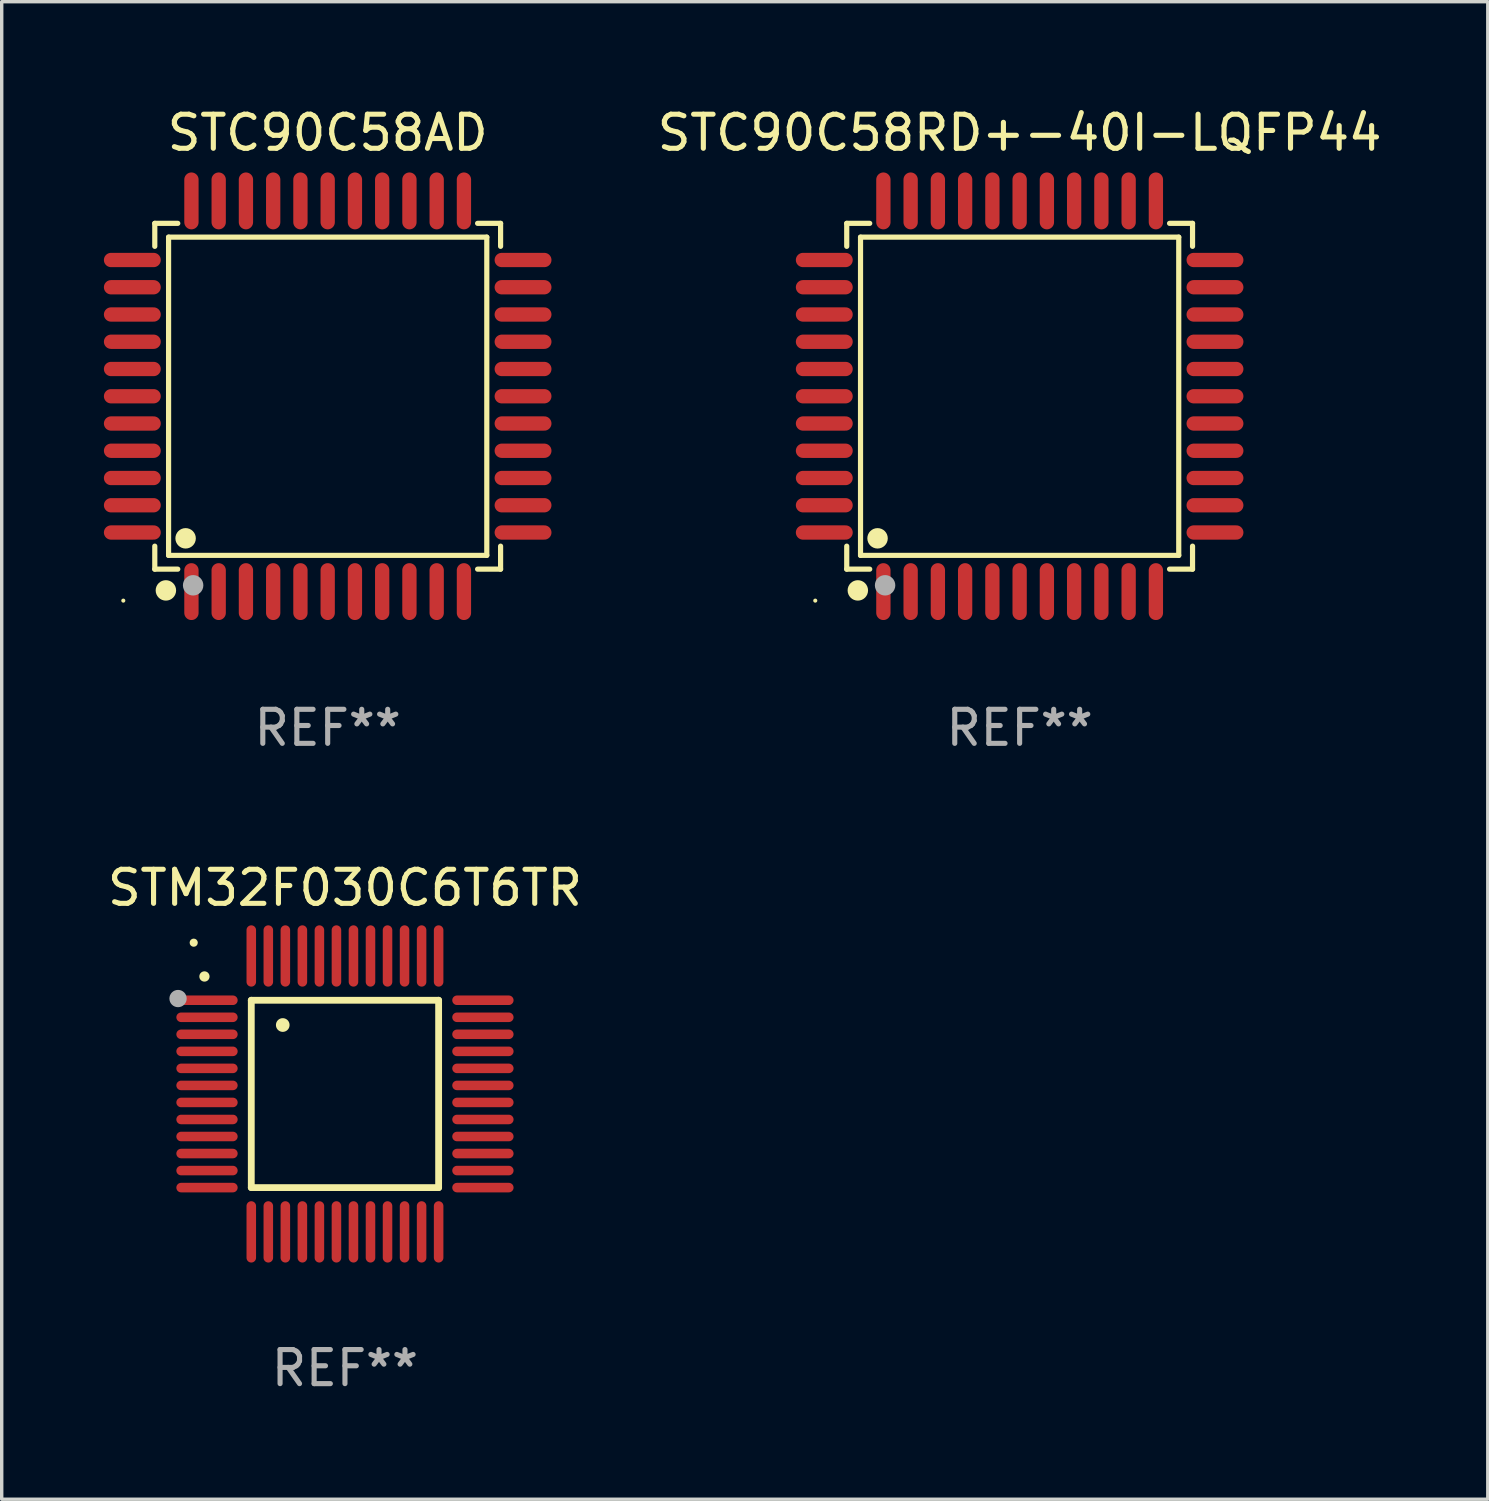
<source format=kicad_pcb>
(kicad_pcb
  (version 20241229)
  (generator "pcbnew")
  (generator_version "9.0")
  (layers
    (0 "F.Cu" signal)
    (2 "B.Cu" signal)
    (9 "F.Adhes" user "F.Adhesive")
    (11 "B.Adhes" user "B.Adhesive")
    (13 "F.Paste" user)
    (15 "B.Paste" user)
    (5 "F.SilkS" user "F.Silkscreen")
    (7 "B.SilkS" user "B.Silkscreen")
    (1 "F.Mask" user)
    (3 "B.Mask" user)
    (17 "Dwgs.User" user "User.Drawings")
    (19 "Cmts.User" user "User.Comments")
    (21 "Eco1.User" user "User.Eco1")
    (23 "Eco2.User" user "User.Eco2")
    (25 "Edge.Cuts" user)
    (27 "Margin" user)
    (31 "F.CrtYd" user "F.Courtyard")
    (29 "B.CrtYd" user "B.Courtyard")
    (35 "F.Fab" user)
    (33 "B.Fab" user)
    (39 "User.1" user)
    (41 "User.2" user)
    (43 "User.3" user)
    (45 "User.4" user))
  (footprint "STC90C58RD+-40I-LQFP44"
    (layer "F.Cu")
    (at 26.884 8.583)
    (property "Reference" "STC90C58RD+-40I-LQFP44" (at 0 -7.735 0) (layer "F.SilkS") (effects (font (size 1 1) (thickness 0.15))))
    (attr through_hole)
    (fp_line (start -5.076 -5.076) (end -4.401 -5.076) (stroke (width 0.152) (type solid)) (layer "F.SilkS"))
    (fp_line (start -5.076 -4.401) (end -5.076 -5.076) (stroke (width 0.152) (type solid)) (layer "F.SilkS"))
    (fp_line (start -5.076 4.401) (end -5.076 5.076) (stroke (width 0.152) (type solid)) (layer "F.SilkS"))
    (fp_line (start -5.076 5.076) (end -4.401 5.076) (stroke (width 0.152) (type solid)) (layer "F.SilkS"))
    (fp_line (start -4.671 -4.671) (end 4.671 -4.671) (stroke (width 0.152) (type solid)) (layer "F.SilkS"))
    (fp_line (start -4.671 4.671) (end -4.671 -4.671) (stroke (width 0.152) (type solid)) (layer "F.SilkS"))
    (fp_line (start 4.671 -4.671) (end 4.671 4.671) (stroke (width 0.152) (type solid)) (layer "F.SilkS"))
    (fp_line (start 4.671 4.671) (end -4.671 4.671) (stroke (width 0.152) (type solid)) (layer "F.SilkS"))
    (fp_line (start 5.076 -5.076) (end 4.401 -5.076) (stroke (width 0.152) (type solid)) (layer "F.SilkS"))
    (fp_line (start 5.076 -4.401) (end 5.076 -5.076) (stroke (width 0.152) (type solid)) (layer "F.SilkS"))
    (fp_line (start 5.076 4.401) (end 5.076 5.076) (stroke (width 0.152) (type solid)) (layer "F.SilkS"))
    (fp_line (start 5.076 5.076) (end 4.401 5.076) (stroke (width 0.152) (type solid)) (layer "F.SilkS"))
    (fp_circle (center -6 6) (end -5.97 6) (stroke (width 0.06) (type solid)) (fill no) (layer "F.SilkS"))
    (fp_circle (center -4.75 5.7) (end -4.6 5.7) (stroke (width 0.3) (type solid)) (fill no) (layer "F.SilkS"))
    (fp_circle (center -4.171 4.171) (end -4.021 4.171) (stroke (width 0.3) (type solid)) (fill no) (layer "F.SilkS"))
    (fp_circle (center -3.95 5.55) (end -3.8 5.55) (stroke (width 0.3) (type solid)) (fill no) (layer "F.Fab"))
    (fp_text user "REF**" (at 0 9.735 0) (layer "F.Fab") (effects (font (size 1 1) (thickness 0.15))))
    (pad "1" smd oval (at -4 5.735) (size 0.42 1.67) (layers "F.Cu" "F.Mask" "F.Paste"))
    (pad "2" smd oval (at -3.2 5.735) (size 0.42 1.67) (layers "F.Cu" "F.Mask" "F.Paste"))
    (pad "3" smd oval (at -2.4 5.735) (size 0.42 1.67) (layers "F.Cu" "F.Mask" "F.Paste"))
    (pad "4" smd oval (at -1.6 5.735) (size 0.42 1.67) (layers "F.Cu" "F.Mask" "F.Paste"))
    (pad "5" smd oval (at -0.8 5.735) (size 0.42 1.67) (layers "F.Cu" "F.Mask" "F.Paste"))
    (pad "6" smd oval (at 0 5.735) (size 0.42 1.67) (layers "F.Cu" "F.Mask" "F.Paste"))
    (pad "7" smd oval (at 0.8 5.735) (size 0.42 1.67) (layers "F.Cu" "F.Mask" "F.Paste"))
    (pad "8" smd oval (at 1.6 5.735) (size 0.42 1.67) (layers "F.Cu" "F.Mask" "F.Paste"))
    (pad "9" smd oval (at 2.4 5.735) (size 0.42 1.67) (layers "F.Cu" "F.Mask" "F.Paste"))
    (pad "10" smd oval (at 3.2 5.735) (size 0.42 1.67) (layers "F.Cu" "F.Mask" "F.Paste"))
    (pad "11" smd oval (at 4 5.735) (size 0.42 1.67) (layers "F.Cu" "F.Mask" "F.Paste"))
    (pad "12" smd oval (at 5.735 4) (size 1.67 0.42) (layers "F.Cu" "F.Mask" "F.Paste"))
    (pad "13" smd oval (at 5.735 3.2) (size 1.67 0.42) (layers "F.Cu" "F.Mask" "F.Paste"))
    (pad "14" smd oval (at 5.735 2.4) (size 1.67 0.42) (layers "F.Cu" "F.Mask" "F.Paste"))
    (pad "15" smd oval (at 5.735 1.6) (size 1.67 0.42) (layers "F.Cu" "F.Mask" "F.Paste"))
    (pad "16" smd oval (at 5.735 0.8) (size 1.67 0.42) (layers "F.Cu" "F.Mask" "F.Paste"))
    (pad "17" smd oval (at 5.735 0) (size 1.67 0.42) (layers "F.Cu" "F.Mask" "F.Paste"))
    (pad "18" smd oval (at 5.735 -0.8) (size 1.67 0.42) (layers "F.Cu" "F.Mask" "F.Paste"))
    (pad "19" smd oval (at 5.735 -1.6) (size 1.67 0.42) (layers "F.Cu" "F.Mask" "F.Paste"))
    (pad "20" smd oval (at 5.735 -2.4) (size 1.67 0.42) (layers "F.Cu" "F.Mask" "F.Paste"))
    (pad "21" smd oval (at 5.735 -3.2) (size 1.67 0.42) (layers "F.Cu" "F.Mask" "F.Paste"))
    (pad "22" smd oval (at 5.735 -4) (size 1.67 0.42) (layers "F.Cu" "F.Mask" "F.Paste"))
    (pad "23" smd oval (at 4 -5.735) (size 0.42 1.67) (layers "F.Cu" "F.Mask" "F.Paste"))
    (pad "24" smd oval (at 3.2 -5.735) (size 0.42 1.67) (layers "F.Cu" "F.Mask" "F.Paste"))
    (pad "25" smd oval (at 2.4 -5.735) (size 0.42 1.67) (layers "F.Cu" "F.Mask" "F.Paste"))
    (pad "26" smd oval (at 1.6 -5.735) (size 0.42 1.67) (layers "F.Cu" "F.Mask" "F.Paste"))
    (pad "27" smd oval (at 0.8 -5.735) (size 0.42 1.67) (layers "F.Cu" "F.Mask" "F.Paste"))
    (pad "28" smd oval (at 0 -5.735) (size 0.42 1.67) (layers "F.Cu" "F.Mask" "F.Paste"))
    (pad "29" smd oval (at -0.8 -5.735) (size 0.42 1.67) (layers "F.Cu" "F.Mask" "F.Paste"))
    (pad "30" smd oval (at -1.6 -5.735) (size 0.42 1.67) (layers "F.Cu" "F.Mask" "F.Paste"))
    (pad "31" smd oval (at -2.4 -5.735) (size 0.42 1.67) (layers "F.Cu" "F.Mask" "F.Paste"))
    (pad "32" smd oval (at -3.2 -5.735) (size 0.42 1.67) (layers "F.Cu" "F.Mask" "F.Paste"))
    (pad "33" smd oval (at -4 -5.735) (size 0.42 1.67) (layers "F.Cu" "F.Mask" "F.Paste"))
    (pad "34" smd oval (at -5.735 -4) (size 1.67 0.42) (layers "F.Cu" "F.Mask" "F.Paste"))
    (pad "35" smd oval (at -5.735 -3.2) (size 1.67 0.42) (layers "F.Cu" "F.Mask" "F.Paste"))
    (pad "36" smd oval (at -5.735 -2.4) (size 1.67 0.42) (layers "F.Cu" "F.Mask" "F.Paste"))
    (pad "37" smd oval (at -5.735 -1.6) (size 1.67 0.42) (layers "F.Cu" "F.Mask" "F.Paste"))
    (pad "38" smd oval (at -5.735 -0.8) (size 1.67 0.42) (layers "F.Cu" "F.Mask" "F.Paste"))
    (pad "39" smd oval (at -5.735 0) (size 1.67 0.42) (layers "F.Cu" "F.Mask" "F.Paste"))
    (pad "40" smd oval (at -5.735 0.8) (size 1.67 0.42) (layers "F.Cu" "F.Mask" "F.Paste"))
    (pad "41" smd oval (at -5.735 1.6) (size 1.67 0.42) (layers "F.Cu" "F.Mask" "F.Paste"))
    (pad "42" smd oval (at -5.735 2.4) (size 1.67 0.42) (layers "F.Cu" "F.Mask" "F.Paste"))
    (pad "43" smd oval (at -5.735 3.2) (size 1.67 0.42) (layers "F.Cu" "F.Mask" "F.Paste"))
    (pad "44" smd oval (at -5.735 4) (size 1.67 0.42) (layers "F.Cu" "F.Mask" "F.Paste")))
  (footprint "STC90C58AD"
    (layer "F.Cu")
    (at 6.57 8.583)
    (property "Reference" "STC90C58AD" (at 0 -7.735 0) (layer "F.SilkS") (effects (font (size 1 1) (thickness 0.15))))
    (attr through_hole)
    (fp_line (start -5.076 -5.076) (end -4.401 -5.076) (stroke (width 0.152) (type solid)) (layer "F.SilkS"))
    (fp_line (start -5.076 -4.401) (end -5.076 -5.076) (stroke (width 0.152) (type solid)) (layer "F.SilkS"))
    (fp_line (start -5.076 4.401) (end -5.076 5.076) (stroke (width 0.152) (type solid)) (layer "F.SilkS"))
    (fp_line (start -5.076 5.076) (end -4.401 5.076) (stroke (width 0.152) (type solid)) (layer "F.SilkS"))
    (fp_line (start -4.671 -4.671) (end 4.671 -4.671) (stroke (width 0.152) (type solid)) (layer "F.SilkS"))
    (fp_line (start -4.671 4.671) (end -4.671 -4.671) (stroke (width 0.152) (type solid)) (layer "F.SilkS"))
    (fp_line (start 4.671 -4.671) (end 4.671 4.671) (stroke (width 0.152) (type solid)) (layer "F.SilkS"))
    (fp_line (start 4.671 4.671) (end -4.671 4.671) (stroke (width 0.152) (type solid)) (layer "F.SilkS"))
    (fp_line (start 5.076 -5.076) (end 4.401 -5.076) (stroke (width 0.152) (type solid)) (layer "F.SilkS"))
    (fp_line (start 5.076 -4.401) (end 5.076 -5.076) (stroke (width 0.152) (type solid)) (layer "F.SilkS"))
    (fp_line (start 5.076 4.401) (end 5.076 5.076) (stroke (width 0.152) (type solid)) (layer "F.SilkS"))
    (fp_line (start 5.076 5.076) (end 4.401 5.076) (stroke (width 0.152) (type solid)) (layer "F.SilkS"))
    (fp_circle (center -6 6) (end -5.97 6) (stroke (width 0.06) (type solid)) (fill no) (layer "F.SilkS"))
    (fp_circle (center -4.75 5.7) (end -4.6 5.7) (stroke (width 0.3) (type solid)) (fill no) (layer "F.SilkS"))
    (fp_circle (center -4.171 4.171) (end -4.021 4.171) (stroke (width 0.3) (type solid)) (fill no) (layer "F.SilkS"))
    (fp_circle (center -3.95 5.55) (end -3.8 5.55) (stroke (width 0.3) (type solid)) (fill no) (layer "F.Fab"))
    (fp_text user "REF**" (at 0 9.735 0) (layer "F.Fab") (effects (font (size 1 1) (thickness 0.15))))
    (pad "1" smd oval (at -4 5.735) (size 0.42 1.67) (layers "F.Cu" "F.Mask" "F.Paste"))
    (pad "2" smd oval (at -3.2 5.735) (size 0.42 1.67) (layers "F.Cu" "F.Mask" "F.Paste"))
    (pad "3" smd oval (at -2.4 5.735) (size 0.42 1.67) (layers "F.Cu" "F.Mask" "F.Paste"))
    (pad "4" smd oval (at -1.6 5.735) (size 0.42 1.67) (layers "F.Cu" "F.Mask" "F.Paste"))
    (pad "5" smd oval (at -0.8 5.735) (size 0.42 1.67) (layers "F.Cu" "F.Mask" "F.Paste"))
    (pad "6" smd oval (at 0 5.735) (size 0.42 1.67) (layers "F.Cu" "F.Mask" "F.Paste"))
    (pad "7" smd oval (at 0.8 5.735) (size 0.42 1.67) (layers "F.Cu" "F.Mask" "F.Paste"))
    (pad "8" smd oval (at 1.6 5.735) (size 0.42 1.67) (layers "F.Cu" "F.Mask" "F.Paste"))
    (pad "9" smd oval (at 2.4 5.735) (size 0.42 1.67) (layers "F.Cu" "F.Mask" "F.Paste"))
    (pad "10" smd oval (at 3.2 5.735) (size 0.42 1.67) (layers "F.Cu" "F.Mask" "F.Paste"))
    (pad "11" smd oval (at 4 5.735) (size 0.42 1.67) (layers "F.Cu" "F.Mask" "F.Paste"))
    (pad "12" smd oval (at 5.735 4) (size 1.67 0.42) (layers "F.Cu" "F.Mask" "F.Paste"))
    (pad "13" smd oval (at 5.735 3.2) (size 1.67 0.42) (layers "F.Cu" "F.Mask" "F.Paste"))
    (pad "14" smd oval (at 5.735 2.4) (size 1.67 0.42) (layers "F.Cu" "F.Mask" "F.Paste"))
    (pad "15" smd oval (at 5.735 1.6) (size 1.67 0.42) (layers "F.Cu" "F.Mask" "F.Paste"))
    (pad "16" smd oval (at 5.735 0.8) (size 1.67 0.42) (layers "F.Cu" "F.Mask" "F.Paste"))
    (pad "17" smd oval (at 5.735 0) (size 1.67 0.42) (layers "F.Cu" "F.Mask" "F.Paste"))
    (pad "18" smd oval (at 5.735 -0.8) (size 1.67 0.42) (layers "F.Cu" "F.Mask" "F.Paste"))
    (pad "19" smd oval (at 5.735 -1.6) (size 1.67 0.42) (layers "F.Cu" "F.Mask" "F.Paste"))
    (pad "20" smd oval (at 5.735 -2.4) (size 1.67 0.42) (layers "F.Cu" "F.Mask" "F.Paste"))
    (pad "21" smd oval (at 5.735 -3.2) (size 1.67 0.42) (layers "F.Cu" "F.Mask" "F.Paste"))
    (pad "22" smd oval (at 5.735 -4) (size 1.67 0.42) (layers "F.Cu" "F.Mask" "F.Paste"))
    (pad "23" smd oval (at 4 -5.735) (size 0.42 1.67) (layers "F.Cu" "F.Mask" "F.Paste"))
    (pad "24" smd oval (at 3.2 -5.735) (size 0.42 1.67) (layers "F.Cu" "F.Mask" "F.Paste"))
    (pad "25" smd oval (at 2.4 -5.735) (size 0.42 1.67) (layers "F.Cu" "F.Mask" "F.Paste"))
    (pad "26" smd oval (at 1.6 -5.735) (size 0.42 1.67) (layers "F.Cu" "F.Mask" "F.Paste"))
    (pad "27" smd oval (at 0.8 -5.735) (size 0.42 1.67) (layers "F.Cu" "F.Mask" "F.Paste"))
    (pad "28" smd oval (at 0 -5.735) (size 0.42 1.67) (layers "F.Cu" "F.Mask" "F.Paste"))
    (pad "29" smd oval (at -0.8 -5.735) (size 0.42 1.67) (layers "F.Cu" "F.Mask" "F.Paste"))
    (pad "30" smd oval (at -1.6 -5.735) (size 0.42 1.67) (layers "F.Cu" "F.Mask" "F.Paste"))
    (pad "31" smd oval (at -2.4 -5.735) (size 0.42 1.67) (layers "F.Cu" "F.Mask" "F.Paste"))
    (pad "32" smd oval (at -3.2 -5.735) (size 0.42 1.67) (layers "F.Cu" "F.Mask" "F.Paste"))
    (pad "33" smd oval (at -4 -5.735) (size 0.42 1.67) (layers "F.Cu" "F.Mask" "F.Paste"))
    (pad "34" smd oval (at -5.735 -4) (size 1.67 0.42) (layers "F.Cu" "F.Mask" "F.Paste"))
    (pad "35" smd oval (at -5.735 -3.2) (size 1.67 0.42) (layers "F.Cu" "F.Mask" "F.Paste"))
    (pad "36" smd oval (at -5.735 -2.4) (size 1.67 0.42) (layers "F.Cu" "F.Mask" "F.Paste"))
    (pad "37" smd oval (at -5.735 -1.6) (size 1.67 0.42) (layers "F.Cu" "F.Mask" "F.Paste"))
    (pad "38" smd oval (at -5.735 -0.8) (size 1.67 0.42) (layers "F.Cu" "F.Mask" "F.Paste"))
    (pad "39" smd oval (at -5.735 0) (size 1.67 0.42) (layers "F.Cu" "F.Mask" "F.Paste"))
    (pad "40" smd oval (at -5.735 0.8) (size 1.67 0.42) (layers "F.Cu" "F.Mask" "F.Paste"))
    (pad "41" smd oval (at -5.735 1.6) (size 1.67 0.42) (layers "F.Cu" "F.Mask" "F.Paste"))
    (pad "42" smd oval (at -5.735 2.4) (size 1.67 0.42) (layers "F.Cu" "F.Mask" "F.Paste"))
    (pad "43" smd oval (at -5.735 3.2) (size 1.67 0.42) (layers "F.Cu" "F.Mask" "F.Paste"))
    (pad "44" smd oval (at -5.735 4) (size 1.67 0.42) (layers "F.Cu" "F.Mask" "F.Paste")))
  (footprint "STM32F030C6T6TR"
    (layer "F.Cu")
    (at 7.077 29.065)
    (property "Reference" "STM32F030C6T6TR" (at 0 -6.05 0) (layer "F.SilkS") (effects (font (size 1 1) (thickness 0.15))))
    (attr through_hole)
    (fp_line (start -2.75 -2.75) (end 2.75 -2.75) (stroke (width 0.2) (type solid)) (layer "F.SilkS"))
    (fp_line (start -2.75 2.75) (end -2.75 -2.75) (stroke (width 0.2) (type solid)) (layer "F.SilkS"))
    (fp_line (start 2.75 -2.75) (end 2.75 2.75) (stroke (width 0.2) (type solid)) (layer "F.SilkS"))
    (fp_line (start 2.75 2.75) (end -2.75 2.75) (stroke (width 0.2) (type solid)) (layer "F.SilkS"))
    (fp_arc (start -4.124968 -3.446787) (mid -4.124973 -3.448057) (end -4.124968 -3.449327) (stroke (width 0.3) (type solid)) (layer "F.SilkS"))
    (fp_arc (start -1.826264 -2.021844) (mid -1.826268 -2.023114) (end -1.826264 -2.024384) (stroke (width 0.4) (type solid)) (layer "F.SilkS"))
    (fp_circle (center -4.44 -4.44) (end -4.38 -4.44) (stroke (width 0.12) (type solid)) (fill no) (layer "F.SilkS"))
    (fp_circle (center -4.9 -2.8) (end -4.773 -2.8) (stroke (width 0.254) (type solid)) (fill no) (layer "F.Fab"))
    (fp_text user "REF**" (at 0 8.05 0) (layer "F.Fab") (effects (font (size 1 1) (thickness 0.15))))
    (pad "1" smd oval (at -4.05 -2.75 90) (size 0.28 1.8) (layers "F.Cu" "F.Mask" "F.Paste"))
    (pad "2" smd oval (at -4.05 -2.25 90) (size 0.28 1.8) (layers "F.Cu" "F.Mask" "F.Paste"))
    (pad "3" smd oval (at -4.05 -1.75 90) (size 0.28 1.8) (layers "F.Cu" "F.Mask" "F.Paste"))
    (pad "4" smd oval (at -4.05 -1.25 90) (size 0.28 1.8) (layers "F.Cu" "F.Mask" "F.Paste"))
    (pad "5" smd oval (at -4.05 -0.75 90) (size 0.28 1.8) (layers "F.Cu" "F.Mask" "F.Paste"))
    (pad "6" smd oval (at -4.05 -0.25 90) (size 0.28 1.8) (layers "F.Cu" "F.Mask" "F.Paste"))
    (pad "7" smd oval (at -4.05 0.25 90) (size 0.28 1.8) (layers "F.Cu" "F.Mask" "F.Paste"))
    (pad "8" smd oval (at -4.05 0.75 90) (size 0.28 1.8) (layers "F.Cu" "F.Mask" "F.Paste"))
    (pad "9" smd oval (at -4.05 1.25 90) (size 0.28 1.8) (layers "F.Cu" "F.Mask" "F.Paste"))
    (pad "10" smd oval (at -4.05 1.75 90) (size 0.28 1.8) (layers "F.Cu" "F.Mask" "F.Paste"))
    (pad "11" smd oval (at -4.05 2.25 90) (size 0.28 1.8) (layers "F.Cu" "F.Mask" "F.Paste"))
    (pad "12" smd oval (at -4.05 2.75 90) (size 0.28 1.8) (layers "F.Cu" "F.Mask" "F.Paste"))
    (pad "13" smd oval (at -2.75 4.05) (size 0.28 1.8) (layers "F.Cu" "F.Mask" "F.Paste"))
    (pad "14" smd oval (at -2.25 4.05) (size 0.28 1.8) (layers "F.Cu" "F.Mask" "F.Paste"))
    (pad "15" smd oval (at -1.75 4.05) (size 0.28 1.8) (layers "F.Cu" "F.Mask" "F.Paste"))
    (pad "16" smd oval (at -1.25 4.05) (size 0.28 1.8) (layers "F.Cu" "F.Mask" "F.Paste"))
    (pad "17" smd oval (at -0.75 4.05) (size 0.28 1.8) (layers "F.Cu" "F.Mask" "F.Paste"))
    (pad "18" smd oval (at -0.25 4.05) (size 0.28 1.8) (layers "F.Cu" "F.Mask" "F.Paste"))
    (pad "19" smd oval (at 0.25 4.05) (size 0.28 1.8) (layers "F.Cu" "F.Mask" "F.Paste"))
    (pad "20" smd oval (at 0.75 4.05) (size 0.28 1.8) (layers "F.Cu" "F.Mask" "F.Paste"))
    (pad "21" smd oval (at 1.25 4.05) (size 0.28 1.8) (layers "F.Cu" "F.Mask" "F.Paste"))
    (pad "22" smd oval (at 1.75 4.05) (size 0.28 1.8) (layers "F.Cu" "F.Mask" "F.Paste"))
    (pad "23" smd oval (at 2.25 4.05) (size 0.28 1.8) (layers "F.Cu" "F.Mask" "F.Paste"))
    (pad "24" smd oval (at 2.75 4.05) (size 0.28 1.8) (layers "F.Cu" "F.Mask" "F.Paste"))
    (pad "25" smd oval (at 4.05 2.75 90) (size 0.28 1.8) (layers "F.Cu" "F.Mask" "F.Paste"))
    (pad "26" smd oval (at 4.05 2.25 90) (size 0.28 1.8) (layers "F.Cu" "F.Mask" "F.Paste"))
    (pad "27" smd oval (at 4.05 1.75 90) (size 0.28 1.8) (layers "F.Cu" "F.Mask" "F.Paste"))
    (pad "28" smd oval (at 4.05 1.25 90) (size 0.28 1.8) (layers "F.Cu" "F.Mask" "F.Paste"))
    (pad "29" smd oval (at 4.05 0.75 90) (size 0.28 1.8) (layers "F.Cu" "F.Mask" "F.Paste"))
    (pad "30" smd oval (at 4.05 0.25 90) (size 0.28 1.8) (layers "F.Cu" "F.Mask" "F.Paste"))
    (pad "31" smd oval (at 4.05 -0.25 90) (size 0.28 1.8) (layers "F.Cu" "F.Mask" "F.Paste"))
    (pad "32" smd oval (at 4.05 -0.75 90) (size 0.28 1.8) (layers "F.Cu" "F.Mask" "F.Paste"))
    (pad "33" smd oval (at 4.05 -1.25 90) (size 0.28 1.8) (layers "F.Cu" "F.Mask" "F.Paste"))
    (pad "34" smd oval (at 4.05 -1.75 90) (size 0.28 1.8) (layers "F.Cu" "F.Mask" "F.Paste"))
    (pad "35" smd oval (at 4.05 -2.25 90) (size 0.28 1.8) (layers "F.Cu" "F.Mask" "F.Paste"))
    (pad "36" smd oval (at 4.05 -2.75 90) (size 0.28 1.8) (layers "F.Cu" "F.Mask" "F.Paste"))
    (pad "37" smd oval (at 2.75 -4.05) (size 0.28 1.8) (layers "F.Cu" "F.Mask" "F.Paste"))
    (pad "38" smd oval (at 2.25 -4.05) (size 0.28 1.8) (layers "F.Cu" "F.Mask" "F.Paste"))
    (pad "39" smd oval (at 1.75 -4.05) (size 0.28 1.8) (layers "F.Cu" "F.Mask" "F.Paste"))
    (pad "40" smd oval (at 1.25 -4.05) (size 0.28 1.8) (layers "F.Cu" "F.Mask" "F.Paste"))
    (pad "41" smd oval (at 0.75 -4.05) (size 0.28 1.8) (layers "F.Cu" "F.Mask" "F.Paste"))
    (pad "42" smd oval (at 0.25 -4.05) (size 0.28 1.8) (layers "F.Cu" "F.Mask" "F.Paste"))
    (pad "43" smd oval (at -0.25 -4.05) (size 0.28 1.8) (layers "F.Cu" "F.Mask" "F.Paste"))
    (pad "44" smd oval (at -0.75 -4.05) (size 0.28 1.8) (layers "F.Cu" "F.Mask" "F.Paste"))
    (pad "45" smd oval (at -1.25 -4.05) (size 0.28 1.8) (layers "F.Cu" "F.Mask" "F.Paste"))
    (pad "46" smd oval (at -1.75 -4.05) (size 0.28 1.8) (layers "F.Cu" "F.Mask" "F.Paste"))
    (pad "47" smd oval (at -2.25 -4.05) (size 0.28 1.8) (layers "F.Cu" "F.Mask" "F.Paste"))
    (pad "48" smd oval (at -2.75 -4.05) (size 0.28 1.8) (layers "F.Cu" "F.Mask" "F.Paste")))
  (gr_rect
    (start -3 -3)
    (end 40.628 40.963)
    (stroke (width 0.1) (type default))
    (fill no)
    (layer "Edge.Cuts")))
</source>
